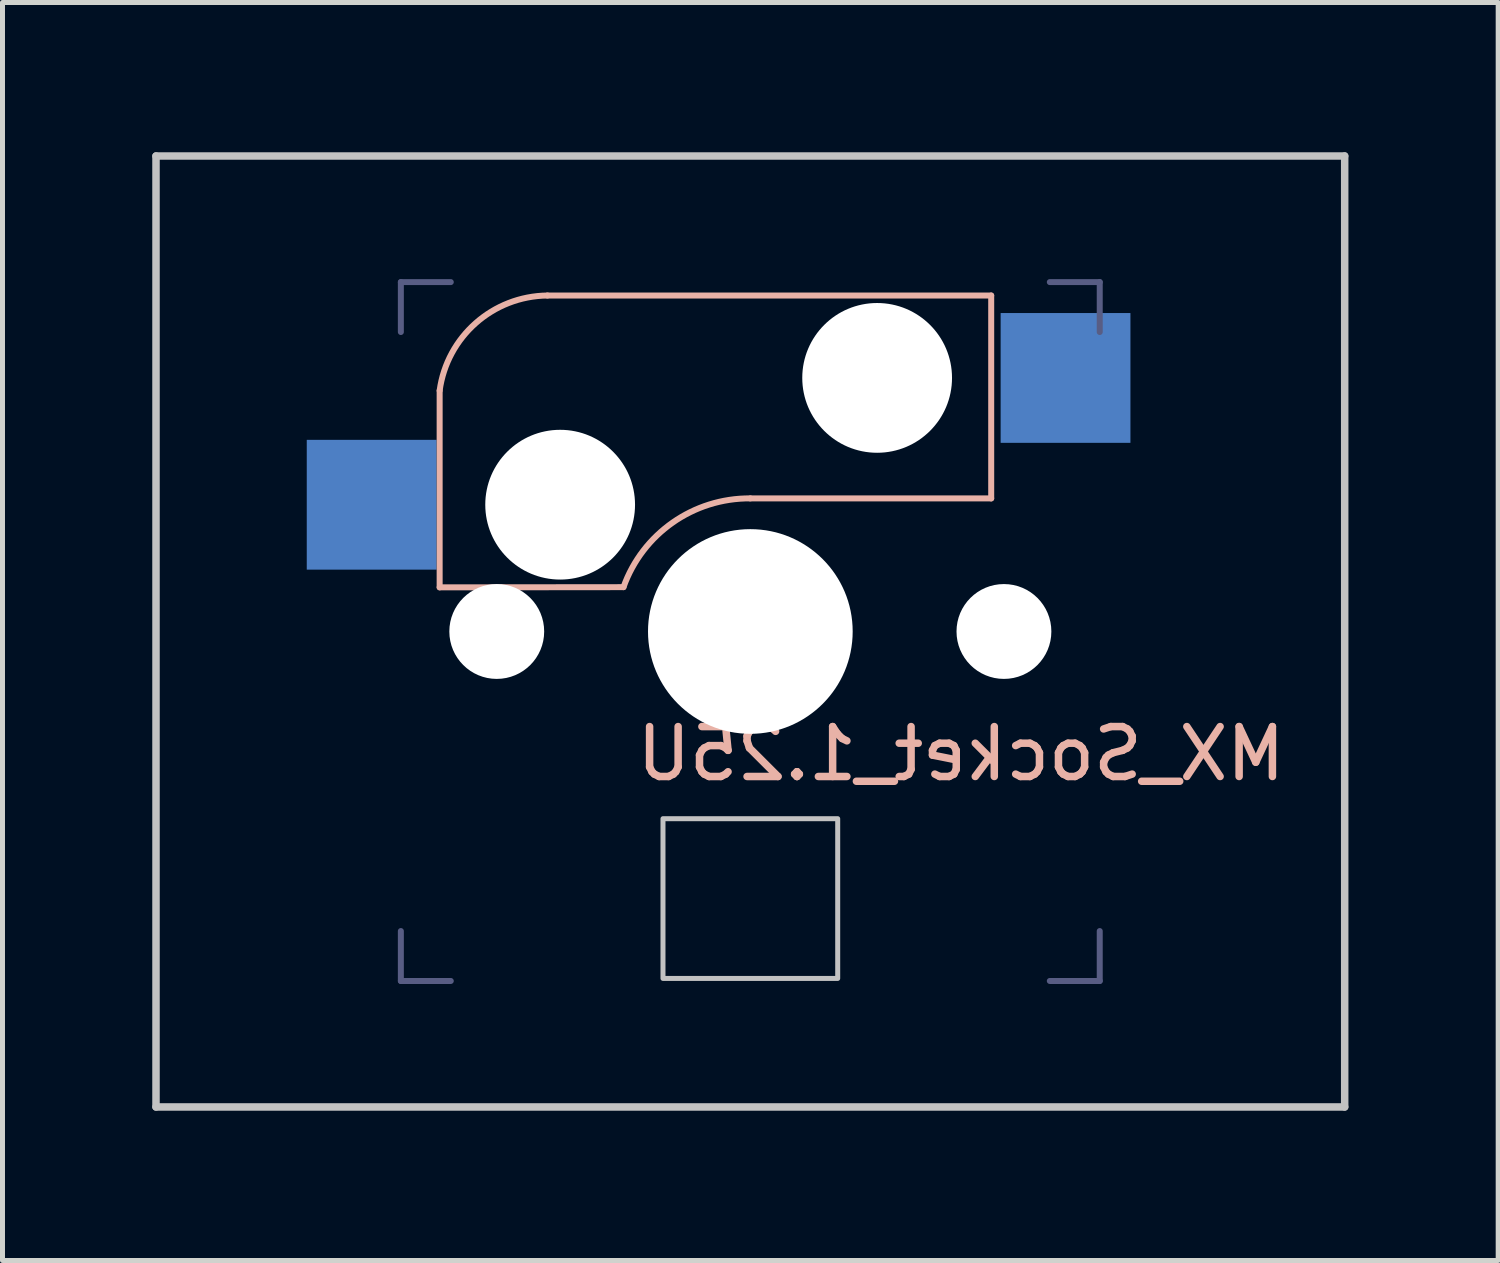
<source format=kicad_pcb>
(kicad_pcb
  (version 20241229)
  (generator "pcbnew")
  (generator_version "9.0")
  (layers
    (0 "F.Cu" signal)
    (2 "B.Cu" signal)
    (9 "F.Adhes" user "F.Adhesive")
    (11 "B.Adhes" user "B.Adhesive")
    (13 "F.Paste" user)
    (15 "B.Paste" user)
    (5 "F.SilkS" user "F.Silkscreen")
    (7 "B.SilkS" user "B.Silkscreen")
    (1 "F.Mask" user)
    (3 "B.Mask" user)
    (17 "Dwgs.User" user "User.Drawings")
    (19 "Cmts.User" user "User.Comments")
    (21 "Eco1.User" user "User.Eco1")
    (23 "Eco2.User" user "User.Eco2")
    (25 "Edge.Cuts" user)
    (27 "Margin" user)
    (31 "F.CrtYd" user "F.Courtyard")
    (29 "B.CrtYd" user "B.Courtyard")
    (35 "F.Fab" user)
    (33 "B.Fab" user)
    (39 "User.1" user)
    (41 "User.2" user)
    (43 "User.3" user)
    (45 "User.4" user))
  (footprint "MX_Socket_1.25U"
    (layer "F.Cu")
    (at 11.981 9.6)
    (property "Reference" "MX_Socket_1.25U" (at 4.22 2.45 0) (unlocked yes) (layer "B.SilkS") (effects (font (size 1 1) (thickness 0.15)) (justify mirror)))
    (attr smd)
    (fp_line (start -6.224 -0.884) (end -6.224 -4.825) (stroke (width 0.12) (type solid)) (layer "B.SilkS"))
    (fp_line (start -6.224 -0.884) (end -2.541 -0.888) (stroke (width 0.12) (type solid)) (layer "B.SilkS"))
    (fp_line (start -0.001 -2.666) (end 4.825 -2.666) (stroke (width 0.12) (type solid)) (layer "B.SilkS"))
    (fp_line (start 4.825 -6.73) (end -4.065 -6.73) (stroke (width 0.12) (type solid)) (layer "B.SilkS"))
    (fp_line (start 4.825 -2.666) (end 4.825 -6.73) (stroke (width 0.12) (type solid)) (layer "B.SilkS"))
    (fp_arc (start -6.224082 -4.825261) (mid -5.498787 -6.179195) (end -4.065082 -6.730261) (stroke (width 0.12) (type solid)) (layer "B.SilkS"))
    (fp_arc (start -2.541082 -0.888261) (mid -1.554773 -2.182533) (end -0.001082 -2.666261) (stroke (width 0.12) (type solid)) (layer "B.SilkS"))
    (fp_line (start -11.906 -9.525) (end 11.906 -9.525) (stroke (width 0.15) (type solid)) (layer "Dwgs.User"))
    (fp_line (start -11.906 9.525) (end -11.906 -9.525) (stroke (width 0.15) (type solid)) (layer "Dwgs.User"))
    (fp_line (start -11.906 9.525) (end 11.906 9.525) (stroke (width 0.15) (type solid)) (layer "Dwgs.User"))
    (fp_line (start 11.906 -9.525) (end 11.906 9.525) (stroke (width 0.15) (type solid)) (layer "Dwgs.User"))
    (fp_rect (start -1.75 3.75) (end 1.75 6.95) (stroke (width 0.1) (type default)) (fill no) (layer "Dwgs.User"))
    (fp_line (start -7.001 -6.999) (end -6.001 -6.999) (stroke (width 0.12) (type solid)) (layer "B.Fab"))
    (fp_line (start -7.001 -5.999) (end -7.001 -6.999) (stroke (width 0.12) (type solid)) (layer "B.Fab"))
    (fp_line (start -7.001 6.001) (end -7.001 7.001) (stroke (width 0.12) (type solid)) (layer "B.Fab"))
    (fp_line (start -7.001 7.001) (end -6.001 7.001) (stroke (width 0.12) (type solid)) (layer "B.Fab"))
    (fp_line (start 5.999 7.001) (end 6.999 7.001) (stroke (width 0.12) (type solid)) (layer "B.Fab"))
    (fp_line (start 6.999 -6.999) (end 5.999 -6.999) (stroke (width 0.12) (type solid)) (layer "B.Fab"))
    (fp_line (start 6.999 -6.999) (end 6.999 -5.999) (stroke (width 0.12) (type solid)) (layer "B.Fab"))
    (fp_line (start 6.999 7.001) (end 6.999 6.001) (stroke (width 0.12) (type solid)) (layer "B.Fab"))
    (pad "" np_thru_hole circle (at -5.08 0) (size 1.9 1.9) (drill 1.9) (layers "*.Cu" "*.Mask"))
    (pad "" np_thru_hole circle (at -3.81 -2.54) (size 3 3) (drill 3) (layers "*.Cu" "*.Mask"))
    (pad "" np_thru_hole circle (at 0 0 90) (size 4.1 4.1) (drill 4.1) (layers "*.Cu" "*.Mask"))
    (pad "" np_thru_hole circle (at 2.54 -5.08) (size 3 3) (drill 3) (layers "*.Cu" "*.Mask"))
    (pad "" np_thru_hole circle (at 5.08 0) (size 1.9 1.9) (drill 1.9) (layers "*.Cu" "*.Mask"))
    (pad "1" smd rect (at 6.314 -5.079 180) (size 2.6 2.6) (layers "B.Cu" "B.Mask" "B.Paste"))
    (pad "2" smd rect (at -7.586 -2.539 180) (size 2.6 2.6) (layers "B.Cu" "B.Mask" "B.Paste")))
  (gr_rect
    (start -3 -3)
    (end 26.962 22.2)
    (stroke (width 0.1) (type default))
    (fill no)
    (layer "Edge.Cuts")))
</source>
